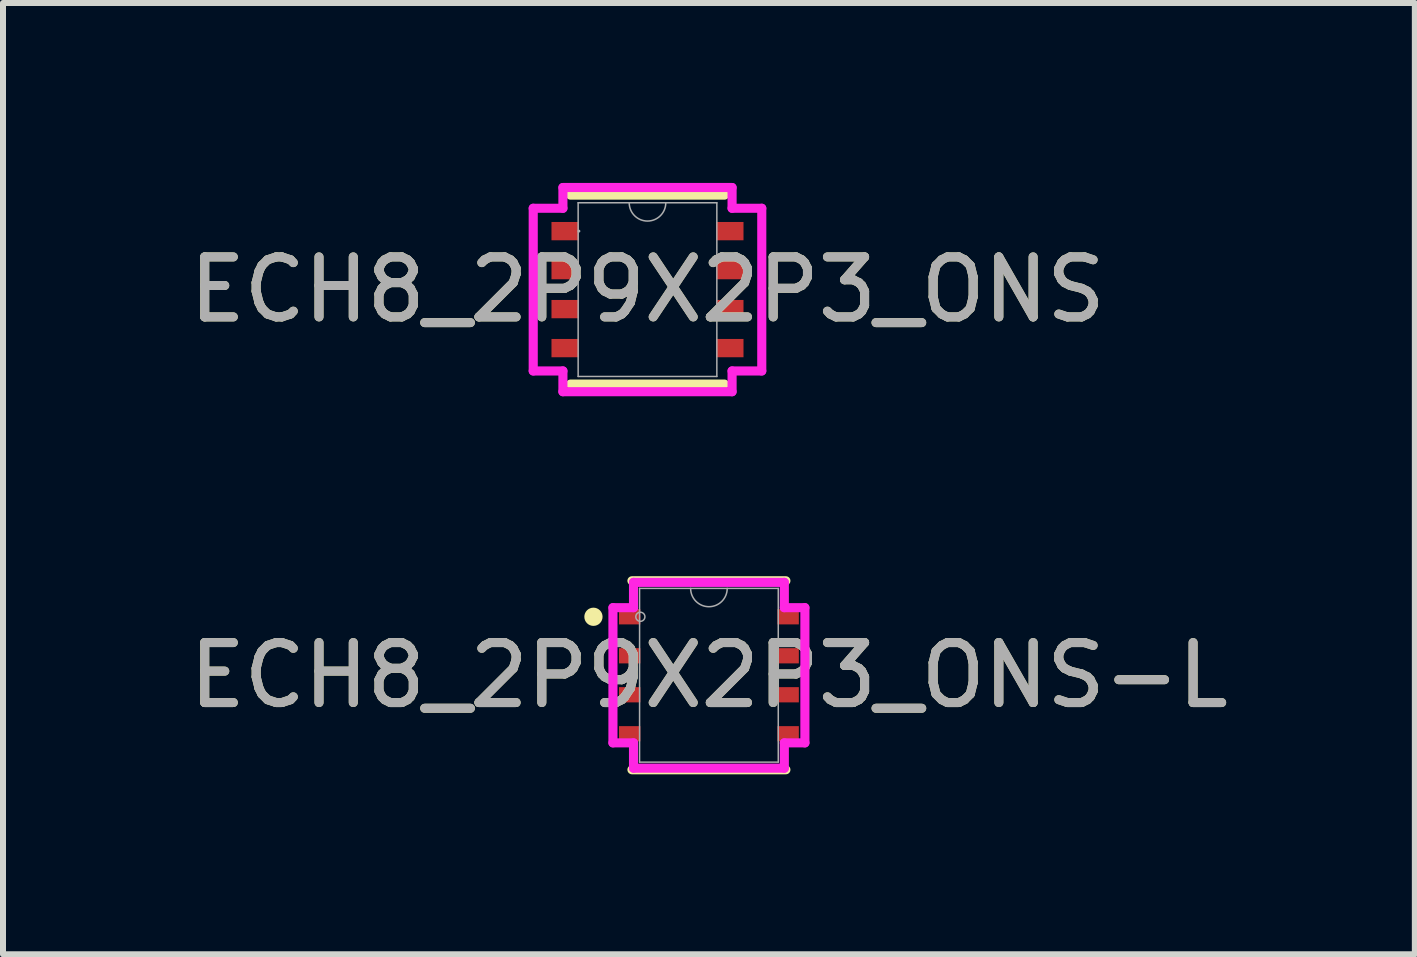
<source format=kicad_pcb>
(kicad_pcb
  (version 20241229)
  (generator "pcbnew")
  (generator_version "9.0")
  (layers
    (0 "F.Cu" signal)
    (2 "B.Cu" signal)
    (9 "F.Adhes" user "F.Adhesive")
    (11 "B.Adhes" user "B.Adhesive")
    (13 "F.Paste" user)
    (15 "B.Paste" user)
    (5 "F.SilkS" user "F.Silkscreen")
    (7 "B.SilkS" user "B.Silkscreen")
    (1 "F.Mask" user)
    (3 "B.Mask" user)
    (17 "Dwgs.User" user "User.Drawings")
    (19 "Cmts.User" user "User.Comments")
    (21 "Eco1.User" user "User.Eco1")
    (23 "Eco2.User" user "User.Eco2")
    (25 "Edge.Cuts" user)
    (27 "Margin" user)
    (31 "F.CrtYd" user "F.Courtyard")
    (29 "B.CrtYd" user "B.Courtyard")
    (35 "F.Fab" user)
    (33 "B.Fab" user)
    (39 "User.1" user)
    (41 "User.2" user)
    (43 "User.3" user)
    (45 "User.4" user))
  (footprint "ECH8_2P9X2P3_ONS"
    (layer "F.Cu")
    (at 7.744 1.778)
    (property "Reference" "ECH8_2P9X2P3_ONS" (at 0 0 0) (unlocked yes) (layer "F.SilkS") (effects (font (size 1 1) (thickness 0.15))))
    (attr smd)
    (fp_line (start -1.283 1.575) (end 1.283 1.575) (stroke (width 0.152) (type solid)) (layer "F.SilkS"))
    (fp_line (start 1.283 -1.575) (end -1.283 -1.575) (stroke (width 0.152) (type solid)) (layer "F.SilkS"))
    (fp_line (start -1.905 -1.356) (end -1.41 -1.356) (stroke (width 0.152) (type solid)) (layer "F.CrtYd"))
    (fp_line (start -1.905 1.356) (end -1.905 -1.356) (stroke (width 0.152) (type solid)) (layer "F.CrtYd"))
    (fp_line (start -1.41 -1.702) (end 1.41 -1.702) (stroke (width 0.152) (type solid)) (layer "F.CrtYd"))
    (fp_line (start -1.41 -1.356) (end -1.41 -1.702) (stroke (width 0.152) (type solid)) (layer "F.CrtYd"))
    (fp_line (start -1.41 1.356) (end -1.905 1.356) (stroke (width 0.152) (type solid)) (layer "F.CrtYd"))
    (fp_line (start -1.41 1.702) (end -1.41 1.356) (stroke (width 0.152) (type solid)) (layer "F.CrtYd"))
    (fp_line (start 1.41 -1.702) (end 1.41 -1.356) (stroke (width 0.152) (type solid)) (layer "F.CrtYd"))
    (fp_line (start 1.41 -1.356) (end 1.905 -1.356) (stroke (width 0.152) (type solid)) (layer "F.CrtYd"))
    (fp_line (start 1.41 1.356) (end 1.41 1.702) (stroke (width 0.152) (type solid)) (layer "F.CrtYd"))
    (fp_line (start 1.41 1.702) (end -1.41 1.702) (stroke (width 0.152) (type solid)) (layer "F.CrtYd"))
    (fp_line (start 1.905 -1.356) (end 1.905 1.356) (stroke (width 0.152) (type solid)) (layer "F.CrtYd"))
    (fp_line (start 1.905 1.356) (end 1.41 1.356) (stroke (width 0.152) (type solid)) (layer "F.CrtYd"))
    (fp_line (start -1.156 -1.448) (end -1.156 1.448) (stroke (width 0.025) (type solid)) (layer "F.Fab"))
    (fp_line (start -1.156 1.448) (end 1.156 1.448) (stroke (width 0.025) (type solid)) (layer "F.Fab"))
    (fp_line (start 1.156 -1.448) (end -1.156 -1.448) (stroke (width 0.025) (type solid)) (layer "F.Fab"))
    (fp_line (start 1.156 1.448) (end 1.156 -1.448) (stroke (width 0.025) (type solid)) (layer "F.Fab"))
    (fp_arc (start 0.3048 -1.4478) (mid 0 -1.143) (end -0.3048 -1.4478) (stroke (width 0.0254) (type solid)) (layer "F.Fab"))
    (fp_circle (center -1.143 -0.975) (end -1.143 -0.975) (stroke (width 0.025) (type solid)) (fill no) (layer "F.Fab"))
    (fp_text user "${REFERENCE}" (at 0 0 0) (unlocked yes) (layer "F.Fab") (effects (font (size 1 1) (thickness 0.15))))
    (pad "1" smd rect (at -1.372 -0.975) (size 0.457 0.305) (layers "F.Cu" "F.Mask" "F.Paste"))
    (pad "2" smd rect (at -1.372 -0.325) (size 0.457 0.305) (layers "F.Cu" "F.Mask" "F.Paste"))
    (pad "3" smd rect (at -1.372 0.325) (size 0.457 0.305) (layers "F.Cu" "F.Mask" "F.Paste"))
    (pad "4" smd rect (at -1.372 0.975) (size 0.457 0.305) (layers "F.Cu" "F.Mask" "F.Paste"))
    (pad "5" smd rect (at 1.372 0.975) (size 0.457 0.305) (layers "F.Cu" "F.Mask" "F.Paste"))
    (pad "6" smd rect (at 1.372 0.325) (size 0.457 0.305) (layers "F.Cu" "F.Mask" "F.Paste"))
    (pad "7" smd rect (at 1.372 -0.325) (size 0.457 0.305) (layers "F.Cu" "F.Mask" "F.Paste"))
    (pad "8" smd rect (at 1.372 -0.975) (size 0.457 0.305) (layers "F.Cu" "F.Mask" "F.Paste")))
  (footprint "ECH8_2P9X2P3_ONS-L"
    (layer "F.Cu")
    (at 8.768 8.207)
    (property "Reference" "ECH8_2P9X2P3_ONS-L" (at 0 0 0) (unlocked yes) (layer "F.SilkS") (effects (font (size 1 1) (thickness 0.15))))
    (attr smd)
    (fp_line (start -1.283 1.575) (end 1.283 1.575) (stroke (width 0.152) (type solid)) (layer "F.SilkS"))
    (fp_line (start 1.283 -1.575) (end -1.283 -1.575) (stroke (width 0.152) (type solid)) (layer "F.SilkS"))
    (fp_circle (center -1.925 -0.975) (end -1.849 -0.975) (stroke (width 0.152) (type solid)) (fill no) (layer "F.SilkS"))
    (fp_line (start -1.6 -1.127) (end -1.257 -1.127) (stroke (width 0.152) (type solid)) (layer "F.CrtYd"))
    (fp_line (start -1.6 1.127) (end -1.6 -1.127) (stroke (width 0.152) (type solid)) (layer "F.CrtYd"))
    (fp_line (start -1.257 -1.549) (end 1.257 -1.549) (stroke (width 0.152) (type solid)) (layer "F.CrtYd"))
    (fp_line (start -1.257 -1.127) (end -1.257 -1.549) (stroke (width 0.152) (type solid)) (layer "F.CrtYd"))
    (fp_line (start -1.257 1.127) (end -1.6 1.127) (stroke (width 0.152) (type solid)) (layer "F.CrtYd"))
    (fp_line (start -1.257 1.549) (end -1.257 1.127) (stroke (width 0.152) (type solid)) (layer "F.CrtYd"))
    (fp_line (start 1.257 -1.549) (end 1.257 -1.127) (stroke (width 0.152) (type solid)) (layer "F.CrtYd"))
    (fp_line (start 1.257 -1.127) (end 1.6 -1.127) (stroke (width 0.152) (type solid)) (layer "F.CrtYd"))
    (fp_line (start 1.257 1.127) (end 1.257 1.549) (stroke (width 0.152) (type solid)) (layer "F.CrtYd"))
    (fp_line (start 1.257 1.549) (end -1.257 1.549) (stroke (width 0.152) (type solid)) (layer "F.CrtYd"))
    (fp_line (start 1.6 -1.127) (end 1.6 1.127) (stroke (width 0.152) (type solid)) (layer "F.CrtYd"))
    (fp_line (start 1.6 1.127) (end 1.257 1.127) (stroke (width 0.152) (type solid)) (layer "F.CrtYd"))
    (fp_line (start -1.156 -1.448) (end -1.156 1.448) (stroke (width 0.025) (type solid)) (layer "F.Fab"))
    (fp_line (start -1.156 1.448) (end 1.156 1.448) (stroke (width 0.025) (type solid)) (layer "F.Fab"))
    (fp_line (start 1.156 -1.448) (end -1.156 -1.448) (stroke (width 0.025) (type solid)) (layer "F.Fab"))
    (fp_line (start 1.156 1.448) (end 1.156 -1.448) (stroke (width 0.025) (type solid)) (layer "F.Fab"))
    (fp_arc (start 0.3048 -1.4478) (mid 0 -1.143) (end -0.3048 -1.4478) (stroke (width 0.0254) (type solid)) (layer "F.Fab"))
    (fp_circle (center -1.143 -0.975) (end -1.067 -0.975) (stroke (width 0.025) (type solid)) (fill no) (layer "F.Fab"))
    (fp_text user "${REFERENCE}" (at 0 0 0) (unlocked yes) (layer "F.Fab") (effects (font (size 1 1) (thickness 0.15))))
    (pad "1" smd rect (at -1.321 -0.975) (size 0.356 0.254) (layers "F.Cu" "F.Mask" "F.Paste"))
    (pad "2" smd rect (at -1.321 -0.325) (size 0.356 0.254) (layers "F.Cu" "F.Mask" "F.Paste"))
    (pad "3" smd rect (at -1.321 0.325) (size 0.356 0.254) (layers "F.Cu" "F.Mask" "F.Paste"))
    (pad "4" smd rect (at -1.321 0.975) (size 0.356 0.254) (layers "F.Cu" "F.Mask" "F.Paste"))
    (pad "5" smd rect (at 1.321 0.975) (size 0.356 0.254) (layers "F.Cu" "F.Mask" "F.Paste"))
    (pad "6" smd rect (at 1.321 0.325) (size 0.356 0.254) (layers "F.Cu" "F.Mask" "F.Paste"))
    (pad "7" smd rect (at 1.321 -0.325) (size 0.356 0.254) (layers "F.Cu" "F.Mask" "F.Paste"))
    (pad "8" smd rect (at 1.321 -0.975) (size 0.356 0.254) (layers "F.Cu" "F.Mask" "F.Paste")))
  (gr_rect
    (start -3 -3)
    (end 20.536 12.858)
    (stroke (width 0.1) (type default))
    (fill no)
    (layer "Edge.Cuts")))
</source>
